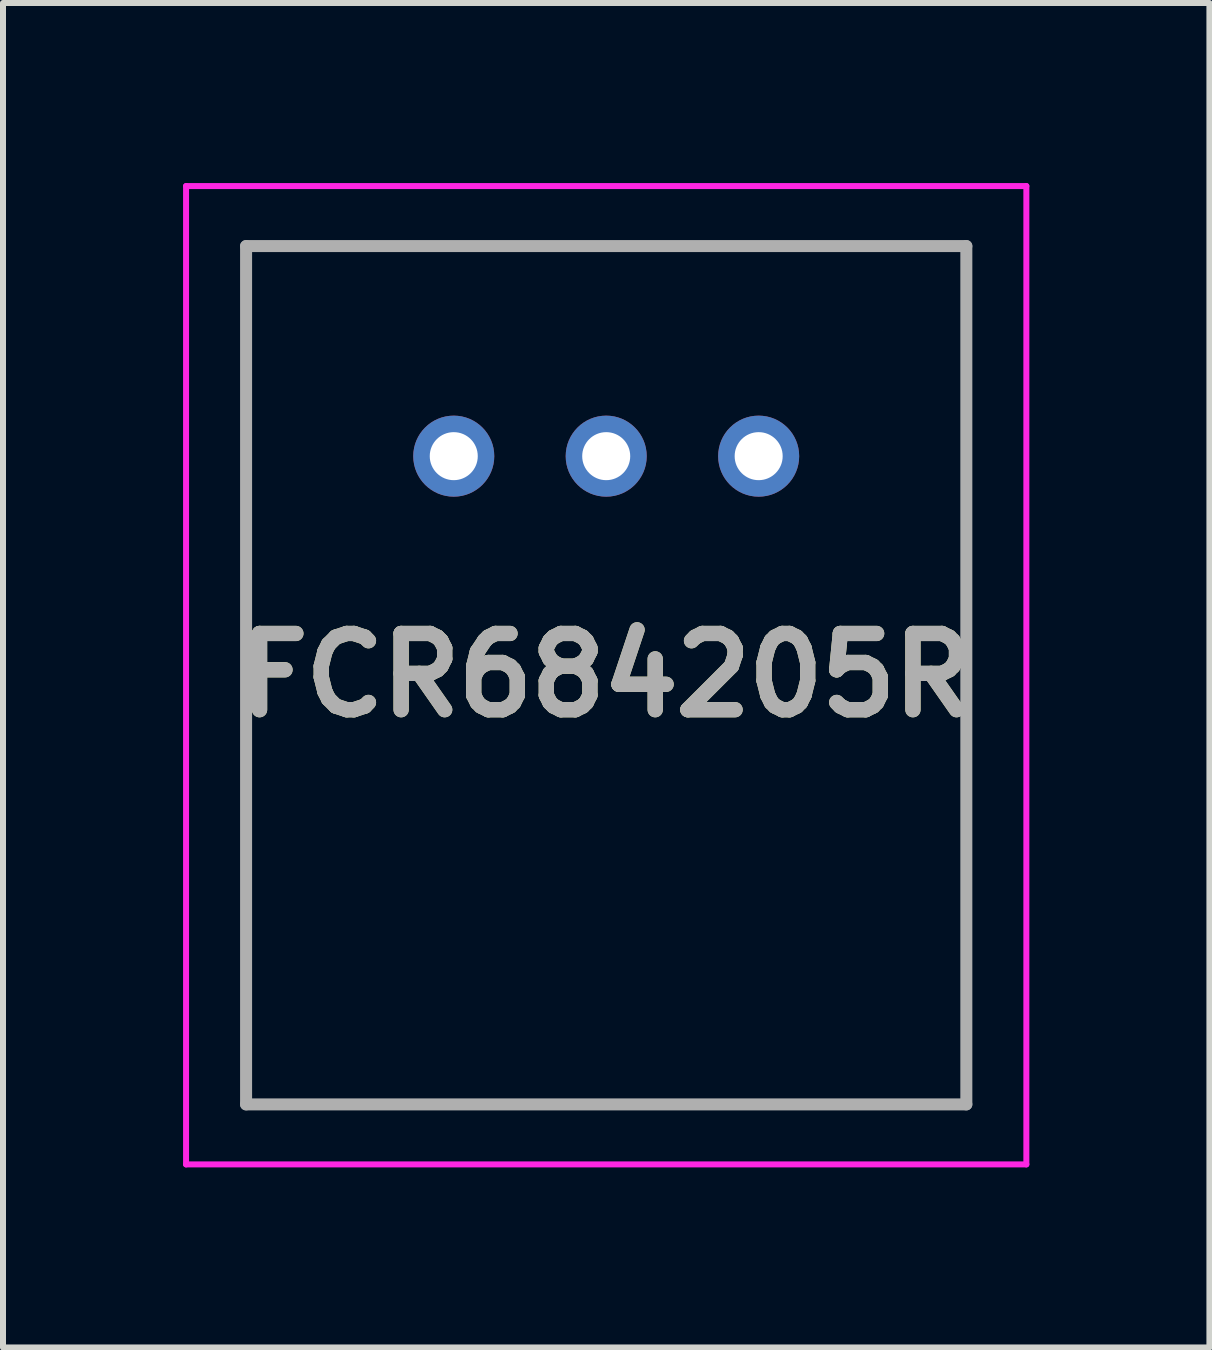
<source format=kicad_pcb>
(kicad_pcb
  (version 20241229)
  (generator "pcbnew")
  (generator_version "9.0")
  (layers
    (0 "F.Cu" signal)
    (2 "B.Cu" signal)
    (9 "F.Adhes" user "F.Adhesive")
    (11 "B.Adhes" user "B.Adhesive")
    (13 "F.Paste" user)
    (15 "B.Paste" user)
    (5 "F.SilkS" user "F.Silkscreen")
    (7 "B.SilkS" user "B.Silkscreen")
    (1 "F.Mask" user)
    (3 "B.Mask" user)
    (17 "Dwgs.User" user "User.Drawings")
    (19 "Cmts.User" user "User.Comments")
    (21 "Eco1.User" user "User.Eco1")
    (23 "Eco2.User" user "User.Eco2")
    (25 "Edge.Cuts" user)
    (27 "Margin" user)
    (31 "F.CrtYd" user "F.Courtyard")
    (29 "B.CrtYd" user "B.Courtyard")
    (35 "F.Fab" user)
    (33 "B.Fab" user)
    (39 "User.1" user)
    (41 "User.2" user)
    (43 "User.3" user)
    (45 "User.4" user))
  (footprint "FCR684205R"
    (layer "F.Cu")
    (at 4.51 4.55)
    (property "Reference" "FCR684205R" (at 2.54 3.65 0) (layer "F.SilkS") (effects (font (size 1.27 1.27) (thickness 0.254))))
    (attr through_hole)
    (fp_line (start -3.46 -3.5) (end -3.46 10.8) (stroke (width 0.1) (type solid)) (layer "F.SilkS"))
    (fp_line (start -3.46 10.8) (end 8.54 10.8) (stroke (width 0.1) (type solid)) (layer "F.SilkS"))
    (fp_line (start 8.54 -3.5) (end -3.46 -3.5) (stroke (width 0.1) (type solid)) (layer "F.SilkS"))
    (fp_line (start 8.54 10.8) (end 8.54 -3.5) (stroke (width 0.1) (type solid)) (layer "F.SilkS"))
    (fp_line (start -4.46 -4.5) (end -4.46 11.8) (stroke (width 0.1) (type solid)) (layer "F.CrtYd"))
    (fp_line (start -4.46 11.8) (end 9.54 11.8) (stroke (width 0.1) (type solid)) (layer "F.CrtYd"))
    (fp_line (start 9.54 -4.5) (end -4.46 -4.5) (stroke (width 0.1) (type solid)) (layer "F.CrtYd"))
    (fp_line (start 9.54 11.8) (end 9.54 -4.5) (stroke (width 0.1) (type solid)) (layer "F.CrtYd"))
    (fp_line (start -3.46 -3.5) (end 8.54 -3.5) (stroke (width 0.2) (type solid)) (layer "F.Fab"))
    (fp_line (start -3.46 10.8) (end -3.46 -3.5) (stroke (width 0.2) (type solid)) (layer "F.Fab"))
    (fp_line (start 8.54 -3.5) (end 8.54 10.8) (stroke (width 0.2) (type solid)) (layer "F.Fab"))
    (fp_line (start 8.54 10.8) (end -3.46 10.8) (stroke (width 0.2) (type solid)) (layer "F.Fab"))
    (fp_text user "${REFERENCE}" (at 2.54 3.65 0) (layer "F.Fab") (effects (font (size 1.27 1.27) (thickness 0.254))))
    (pad "" np_thru_hole circle (at -2.06 -2.1) (size 0.001 0.001) (drill 2.1) (layers "*.Cu" "*.Mask"))
    (pad "" np_thru_hole circle (at 2.54 3.9) (size 0.001 0.001) (drill 2.1) (layers "*.Cu" "*.Mask"))
    (pad "" np_thru_hole circle (at 7.14 -2.1) (size 0.001 0.001) (drill 2.1) (layers "*.Cu" "*.Mask"))
    (pad "1" thru_hole circle (at 0 0) (size 1.35 1.35) (drill 0.8) (layers "*.Cu" "*.Mask"))
    (pad "2" thru_hole circle (at 2.54 0) (size 1.35 1.35) (drill 0.8) (layers "*.Cu" "*.Mask"))
    (pad "3" thru_hole circle (at 5.08 0) (size 1.35 1.35) (drill 0.8) (layers "*.Cu" "*.Mask")))
  (gr_rect
    (start -3 -3)
    (end 17.1 19.4)
    (stroke (width 0.1) (type default))
    (fill no)
    (layer "Edge.Cuts")))
</source>
